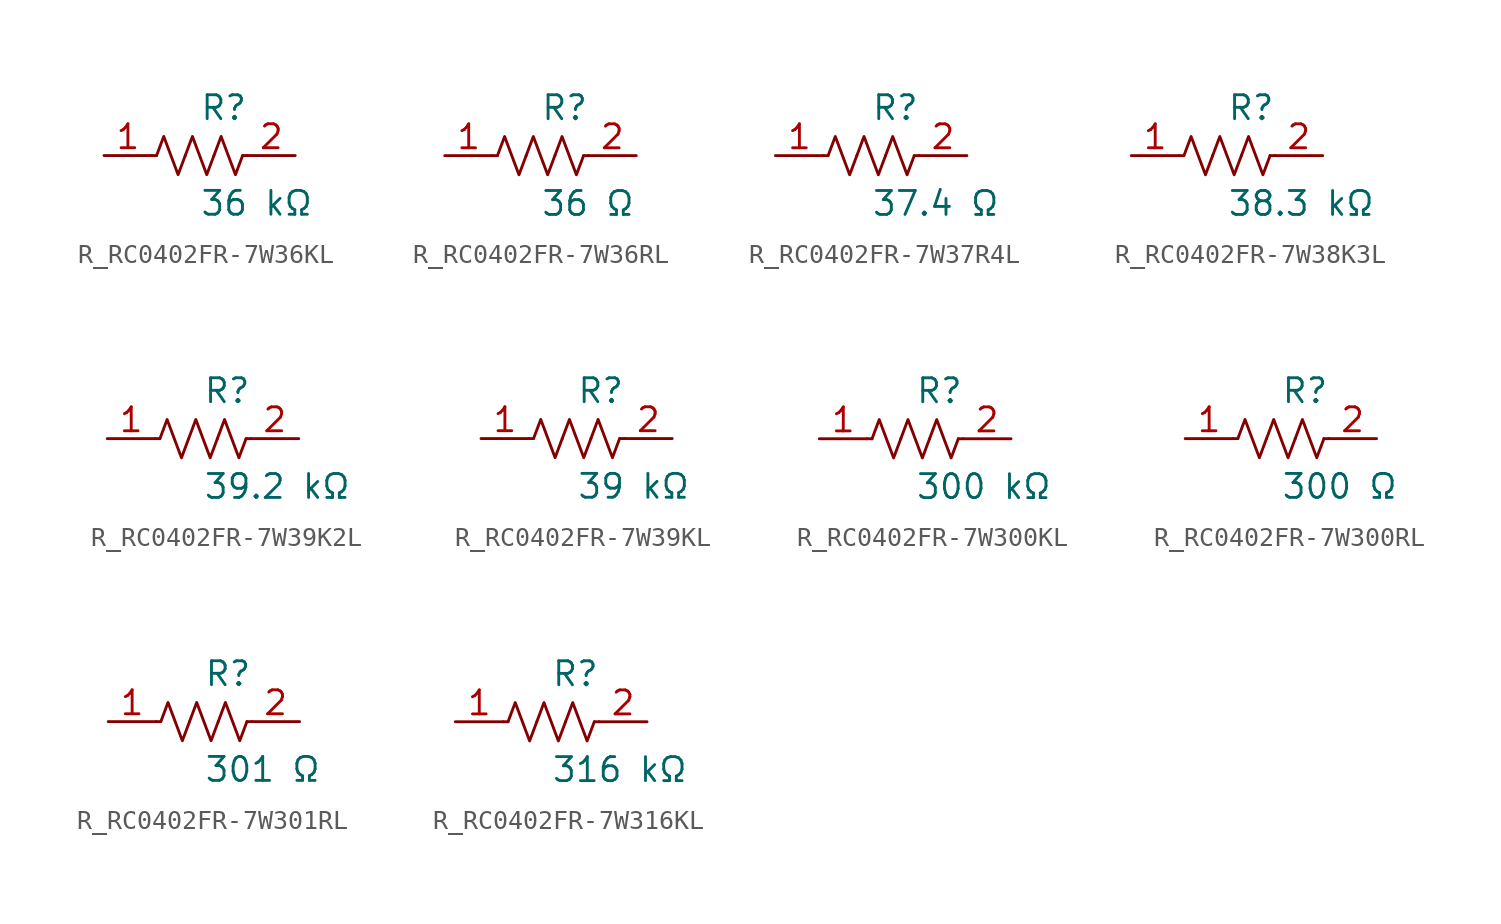
<source format=kicad_sym>
(kicad_symbol_lib
  (version 20231120)
  (generator kicad_symbol_editor)
  (generator_version 8.0)
  (symbol "R_RC0402FR-7W36KL"
    (pin_names
      (offset 0.254))
    (property "Reference" "R"
      (at 0 2.54 0)
      (effects (font (size 1.27 1.27)) (justify left)))
    (property "Value" "36 kΩ"
      (at 0 -2.54 0)
      (effects (font (size 1.27 1.27)) (justify left)))
    (symbol "R_RC0402FR-7W36KL_0_1"
      (polyline (pts (xy 2.286 0) (xy 2.54 0)) (stroke (width 0) (type default)) (fill (type none)))
      (polyline (pts (xy -2.286 0) (xy -2.54 0)) (stroke (width 0) (type default)) (fill (type none)))
      (polyline (pts (xy 0.762 0) (xy 1.143 1.016) (xy 1.524 0) (xy 1.905 -1.016) (xy 2.286 0)) (stroke (width 0) (type default)) (fill (type none)))
      (polyline (pts (xy -0.762 0) (xy -0.381 1.016) (xy 0 0) (xy 0.381 -1.016) (xy 0.762 0)) (stroke (width 0) (type default)) (fill (type none)))
      (polyline (pts (xy -2.286 0) (xy -1.905 1.016) (xy -1.524 0) (xy -1.143 -1.016) (xy -0.762 0)) (stroke (width 0) (type default)) (fill (type none))))
    (pin passive line
      (at -5.08 0 0)
      (length 2.54)
      (name "" (effects (font (size 1.27 1.27))))
      (number "1" (effects (font (size 1.27 1.27)))))
    (pin passive line
      (at 5.08 0 180)
      (length 2.54)
      (name "" (effects (font (size 1.27 1.27))))
      (number "2" (effects (font (size 1.27 1.27))))))
  (symbol "R_RC0402FR-7W36RL"
    (pin_names
      (offset 0.254))
    (property "Reference" "R"
      (at 0 2.54 0)
      (effects (font (size 1.27 1.27)) (justify left)))
    (property "Value" "36 Ω"
      (at 0 -2.54 0)
      (effects (font (size 1.27 1.27)) (justify left)))
    (symbol "R_RC0402FR-7W36RL_0_1"
      (polyline (pts (xy 2.286 0) (xy 2.54 0)) (stroke (width 0) (type default)) (fill (type none)))
      (polyline (pts (xy -2.286 0) (xy -2.54 0)) (stroke (width 0) (type default)) (fill (type none)))
      (polyline (pts (xy 0.762 0) (xy 1.143 1.016) (xy 1.524 0) (xy 1.905 -1.016) (xy 2.286 0)) (stroke (width 0) (type default)) (fill (type none)))
      (polyline (pts (xy -0.762 0) (xy -0.381 1.016) (xy 0 0) (xy 0.381 -1.016) (xy 0.762 0)) (stroke (width 0) (type default)) (fill (type none)))
      (polyline (pts (xy -2.286 0) (xy -1.905 1.016) (xy -1.524 0) (xy -1.143 -1.016) (xy -0.762 0)) (stroke (width 0) (type default)) (fill (type none))))
    (pin passive line
      (at -5.08 0 0)
      (length 2.54)
      (name "" (effects (font (size 1.27 1.27))))
      (number "1" (effects (font (size 1.27 1.27)))))
    (pin passive line
      (at 5.08 0 180)
      (length 2.54)
      (name "" (effects (font (size 1.27 1.27))))
      (number "2" (effects (font (size 1.27 1.27))))))
  (symbol "R_RC0402FR-7W37R4L"
    (pin_names
      (offset 0.254))
    (property "Reference" "R"
      (at 0 2.54 0)
      (effects (font (size 1.27 1.27)) (justify left)))
    (property "Value" "37.4 Ω"
      (at 0 -2.54 0)
      (effects (font (size 1.27 1.27)) (justify left)))
    (symbol "R_RC0402FR-7W37R4L_0_1"
      (polyline (pts (xy 2.286 0) (xy 2.54 0)) (stroke (width 0) (type default)) (fill (type none)))
      (polyline (pts (xy -2.286 0) (xy -2.54 0)) (stroke (width 0) (type default)) (fill (type none)))
      (polyline (pts (xy 0.762 0) (xy 1.143 1.016) (xy 1.524 0) (xy 1.905 -1.016) (xy 2.286 0)) (stroke (width 0) (type default)) (fill (type none)))
      (polyline (pts (xy -0.762 0) (xy -0.381 1.016) (xy 0 0) (xy 0.381 -1.016) (xy 0.762 0)) (stroke (width 0) (type default)) (fill (type none)))
      (polyline (pts (xy -2.286 0) (xy -1.905 1.016) (xy -1.524 0) (xy -1.143 -1.016) (xy -0.762 0)) (stroke (width 0) (type default)) (fill (type none))))
    (pin passive line
      (at -5.08 0 0)
      (length 2.54)
      (name "" (effects (font (size 1.27 1.27))))
      (number "1" (effects (font (size 1.27 1.27)))))
    (pin passive line
      (at 5.08 0 180)
      (length 2.54)
      (name "" (effects (font (size 1.27 1.27))))
      (number "2" (effects (font (size 1.27 1.27))))))
  (symbol "R_RC0402FR-7W38K3L"
    (pin_names
      (offset 0.254))
    (property "Reference" "R"
      (at 0 2.54 0)
      (effects (font (size 1.27 1.27)) (justify left)))
    (property "Value" "38.3 kΩ"
      (at 0 -2.54 0)
      (effects (font (size 1.27 1.27)) (justify left)))
    (symbol "R_RC0402FR-7W38K3L_0_1"
      (polyline (pts (xy 2.286 0) (xy 2.54 0)) (stroke (width 0) (type default)) (fill (type none)))
      (polyline (pts (xy -2.286 0) (xy -2.54 0)) (stroke (width 0) (type default)) (fill (type none)))
      (polyline (pts (xy 0.762 0) (xy 1.143 1.016) (xy 1.524 0) (xy 1.905 -1.016) (xy 2.286 0)) (stroke (width 0) (type default)) (fill (type none)))
      (polyline (pts (xy -0.762 0) (xy -0.381 1.016) (xy 0 0) (xy 0.381 -1.016) (xy 0.762 0)) (stroke (width 0) (type default)) (fill (type none)))
      (polyline (pts (xy -2.286 0) (xy -1.905 1.016) (xy -1.524 0) (xy -1.143 -1.016) (xy -0.762 0)) (stroke (width 0) (type default)) (fill (type none))))
    (pin passive line
      (at -5.08 0 0)
      (length 2.54)
      (name "" (effects (font (size 1.27 1.27))))
      (number "1" (effects (font (size 1.27 1.27)))))
    (pin passive line
      (at 5.08 0 180)
      (length 2.54)
      (name "" (effects (font (size 1.27 1.27))))
      (number "2" (effects (font (size 1.27 1.27))))))
  (symbol "R_RC0402FR-7W39K2L"
    (pin_names
      (offset 0.254))
    (property "Reference" "R"
      (at 0 2.54 0)
      (effects (font (size 1.27 1.27)) (justify left)))
    (property "Value" "39.2 kΩ"
      (at 0 -2.54 0)
      (effects (font (size 1.27 1.27)) (justify left)))
    (symbol "R_RC0402FR-7W39K2L_0_1"
      (polyline (pts (xy 2.286 0) (xy 2.54 0)) (stroke (width 0) (type default)) (fill (type none)))
      (polyline (pts (xy -2.286 0) (xy -2.54 0)) (stroke (width 0) (type default)) (fill (type none)))
      (polyline (pts (xy 0.762 0) (xy 1.143 1.016) (xy 1.524 0) (xy 1.905 -1.016) (xy 2.286 0)) (stroke (width 0) (type default)) (fill (type none)))
      (polyline (pts (xy -0.762 0) (xy -0.381 1.016) (xy 0 0) (xy 0.381 -1.016) (xy 0.762 0)) (stroke (width 0) (type default)) (fill (type none)))
      (polyline (pts (xy -2.286 0) (xy -1.905 1.016) (xy -1.524 0) (xy -1.143 -1.016) (xy -0.762 0)) (stroke (width 0) (type default)) (fill (type none))))
    (pin passive line
      (at -5.08 0 0)
      (length 2.54)
      (name "" (effects (font (size 1.27 1.27))))
      (number "1" (effects (font (size 1.27 1.27)))))
    (pin passive line
      (at 5.08 0 180)
      (length 2.54)
      (name "" (effects (font (size 1.27 1.27))))
      (number "2" (effects (font (size 1.27 1.27))))))
  (symbol "R_RC0402FR-7W39KL"
    (pin_names
      (offset 0.254))
    (property "Reference" "R"
      (at 0 2.54 0)
      (effects (font (size 1.27 1.27)) (justify left)))
    (property "Value" "39 kΩ"
      (at 0 -2.54 0)
      (effects (font (size 1.27 1.27)) (justify left)))
    (symbol "R_RC0402FR-7W39KL_0_1"
      (polyline (pts (xy 2.286 0) (xy 2.54 0)) (stroke (width 0) (type default)) (fill (type none)))
      (polyline (pts (xy -2.286 0) (xy -2.54 0)) (stroke (width 0) (type default)) (fill (type none)))
      (polyline (pts (xy 0.762 0) (xy 1.143 1.016) (xy 1.524 0) (xy 1.905 -1.016) (xy 2.286 0)) (stroke (width 0) (type default)) (fill (type none)))
      (polyline (pts (xy -0.762 0) (xy -0.381 1.016) (xy 0 0) (xy 0.381 -1.016) (xy 0.762 0)) (stroke (width 0) (type default)) (fill (type none)))
      (polyline (pts (xy -2.286 0) (xy -1.905 1.016) (xy -1.524 0) (xy -1.143 -1.016) (xy -0.762 0)) (stroke (width 0) (type default)) (fill (type none))))
    (pin passive line
      (at -5.08 0 0)
      (length 2.54)
      (name "" (effects (font (size 1.27 1.27))))
      (number "1" (effects (font (size 1.27 1.27)))))
    (pin passive line
      (at 5.08 0 180)
      (length 2.54)
      (name "" (effects (font (size 1.27 1.27))))
      (number "2" (effects (font (size 1.27 1.27))))))
  (symbol "R_RC0402FR-7W300KL"
    (pin_names
      (offset 0.254))
    (property "Reference" "R"
      (at 0 2.54 0)
      (effects (font (size 1.27 1.27)) (justify left)))
    (property "Value" "300 kΩ"
      (at 0 -2.54 0)
      (effects (font (size 1.27 1.27)) (justify left)))
    (symbol "R_RC0402FR-7W300KL_0_1"
      (polyline (pts (xy 2.286 0) (xy 2.54 0)) (stroke (width 0) (type default)) (fill (type none)))
      (polyline (pts (xy -2.286 0) (xy -2.54 0)) (stroke (width 0) (type default)) (fill (type none)))
      (polyline (pts (xy 0.762 0) (xy 1.143 1.016) (xy 1.524 0) (xy 1.905 -1.016) (xy 2.286 0)) (stroke (width 0) (type default)) (fill (type none)))
      (polyline (pts (xy -0.762 0) (xy -0.381 1.016) (xy 0 0) (xy 0.381 -1.016) (xy 0.762 0)) (stroke (width 0) (type default)) (fill (type none)))
      (polyline (pts (xy -2.286 0) (xy -1.905 1.016) (xy -1.524 0) (xy -1.143 -1.016) (xy -0.762 0)) (stroke (width 0) (type default)) (fill (type none))))
    (pin passive line
      (at -5.08 0 0)
      (length 2.54)
      (name "" (effects (font (size 1.27 1.27))))
      (number "1" (effects (font (size 1.27 1.27)))))
    (pin passive line
      (at 5.08 0 180)
      (length 2.54)
      (name "" (effects (font (size 1.27 1.27))))
      (number "2" (effects (font (size 1.27 1.27))))))
  (symbol "R_RC0402FR-7W300RL"
    (pin_names
      (offset 0.254))
    (property "Reference" "R"
      (at 0 2.54 0)
      (effects (font (size 1.27 1.27)) (justify left)))
    (property "Value" "300 Ω"
      (at 0 -2.54 0)
      (effects (font (size 1.27 1.27)) (justify left)))
    (symbol "R_RC0402FR-7W300RL_0_1"
      (polyline (pts (xy 2.286 0) (xy 2.54 0)) (stroke (width 0) (type default)) (fill (type none)))
      (polyline (pts (xy -2.286 0) (xy -2.54 0)) (stroke (width 0) (type default)) (fill (type none)))
      (polyline (pts (xy 0.762 0) (xy 1.143 1.016) (xy 1.524 0) (xy 1.905 -1.016) (xy 2.286 0)) (stroke (width 0) (type default)) (fill (type none)))
      (polyline (pts (xy -0.762 0) (xy -0.381 1.016) (xy 0 0) (xy 0.381 -1.016) (xy 0.762 0)) (stroke (width 0) (type default)) (fill (type none)))
      (polyline (pts (xy -2.286 0) (xy -1.905 1.016) (xy -1.524 0) (xy -1.143 -1.016) (xy -0.762 0)) (stroke (width 0) (type default)) (fill (type none))))
    (pin passive line
      (at -5.08 0 0)
      (length 2.54)
      (name "" (effects (font (size 1.27 1.27))))
      (number "1" (effects (font (size 1.27 1.27)))))
    (pin passive line
      (at 5.08 0 180)
      (length 2.54)
      (name "" (effects (font (size 1.27 1.27))))
      (number "2" (effects (font (size 1.27 1.27))))))
  (symbol "R_RC0402FR-7W301RL"
    (pin_names
      (offset 0.254))
    (property "Reference" "R"
      (at 0 2.54 0)
      (effects (font (size 1.27 1.27)) (justify left)))
    (property "Value" "301 Ω"
      (at 0 -2.54 0)
      (effects (font (size 1.27 1.27)) (justify left)))
    (symbol "R_RC0402FR-7W301RL_0_1"
      (polyline (pts (xy 2.286 0) (xy 2.54 0)) (stroke (width 0) (type default)) (fill (type none)))
      (polyline (pts (xy -2.286 0) (xy -2.54 0)) (stroke (width 0) (type default)) (fill (type none)))
      (polyline (pts (xy 0.762 0) (xy 1.143 1.016) (xy 1.524 0) (xy 1.905 -1.016) (xy 2.286 0)) (stroke (width 0) (type default)) (fill (type none)))
      (polyline (pts (xy -0.762 0) (xy -0.381 1.016) (xy 0 0) (xy 0.381 -1.016) (xy 0.762 0)) (stroke (width 0) (type default)) (fill (type none)))
      (polyline (pts (xy -2.286 0) (xy -1.905 1.016) (xy -1.524 0) (xy -1.143 -1.016) (xy -0.762 0)) (stroke (width 0) (type default)) (fill (type none))))
    (pin passive line
      (at -5.08 0 0)
      (length 2.54)
      (name "" (effects (font (size 1.27 1.27))))
      (number "1" (effects (font (size 1.27 1.27)))))
    (pin passive line
      (at 5.08 0 180)
      (length 2.54)
      (name "" (effects (font (size 1.27 1.27))))
      (number "2" (effects (font (size 1.27 1.27))))))
  (symbol "R_RC0402FR-7W316KL"
    (pin_names
      (offset 0.254))
    (property "Reference" "R"
      (at 0 2.54 0)
      (effects (font (size 1.27 1.27)) (justify left)))
    (property "Value" "316 kΩ"
      (at 0 -2.54 0)
      (effects (font (size 1.27 1.27)) (justify left)))
    (symbol "R_RC0402FR-7W316KL_0_1"
      (polyline (pts (xy 2.286 0) (xy 2.54 0)) (stroke (width 0) (type default)) (fill (type none)))
      (polyline (pts (xy -2.286 0) (xy -2.54 0)) (stroke (width 0) (type default)) (fill (type none)))
      (polyline (pts (xy 0.762 0) (xy 1.143 1.016) (xy 1.524 0) (xy 1.905 -1.016) (xy 2.286 0)) (stroke (width 0) (type default)) (fill (type none)))
      (polyline (pts (xy -0.762 0) (xy -0.381 1.016) (xy 0 0) (xy 0.381 -1.016) (xy 0.762 0)) (stroke (width 0) (type default)) (fill (type none)))
      (polyline (pts (xy -2.286 0) (xy -1.905 1.016) (xy -1.524 0) (xy -1.143 -1.016) (xy -0.762 0)) (stroke (width 0) (type default)) (fill (type none))))
    (pin passive line
      (at -5.08 0 0)
      (length 2.54)
      (name "" (effects (font (size 1.27 1.27))))
      (number "1" (effects (font (size 1.27 1.27)))))
    (pin passive line
      (at 5.08 0 180)
      (length 2.54)
      (name "" (effects (font (size 1.27 1.27))))
      (number "2" (effects (font (size 1.27 1.27)))))))
</source>
